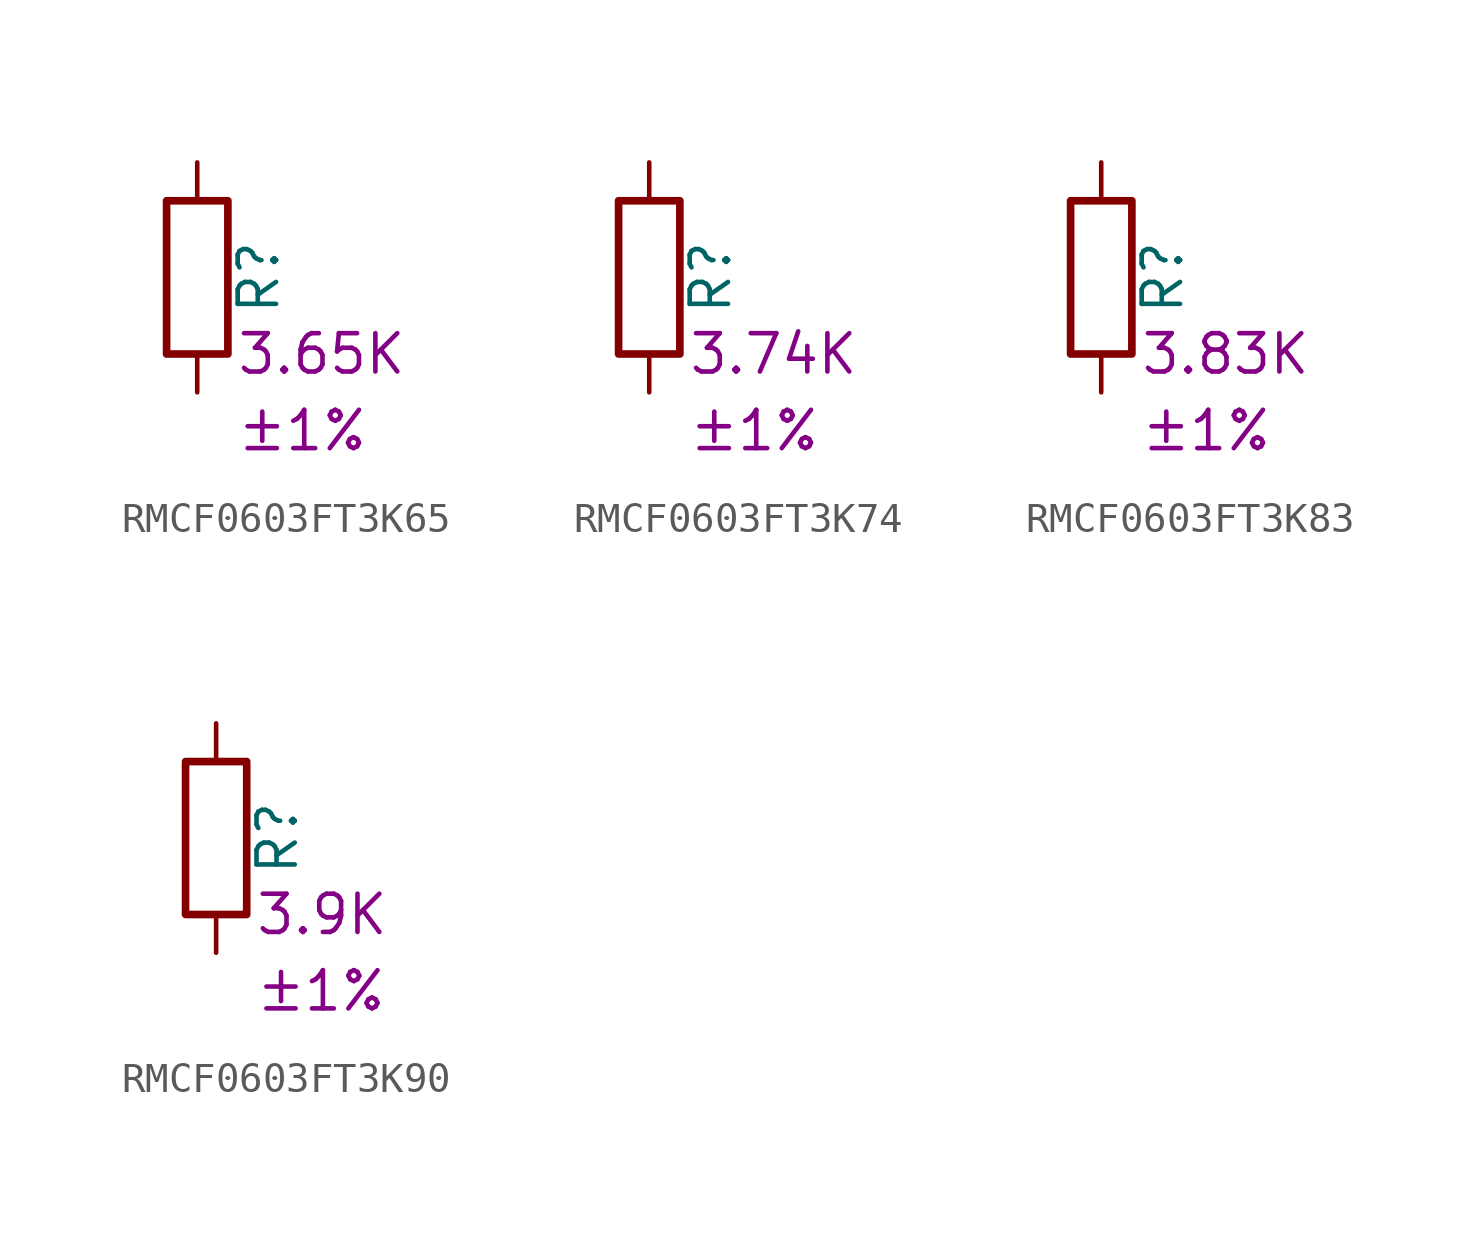
<source format=kicad_sym>
(kicad_symbol_lib
  (version 20220914)
  (generator kicad_symbol_editor)
  (symbol "RMCF0603FT3K65"
    (pin_numbers hide)
    (pin_names
      (offset 0))
    (property "Reference" "R"
      (at 2.032 0 90)
      (effects (font (size 1.27 1.27))))
    (property "Resistance" "3.65K"
      (at 1.27 -2.54 0)
      (effects (font (size 1.27 1.27)) (justify left)))
    (property "Tolerance" "±1%"
      (at 1.27 -5.08 0)
      (effects (font (size 1.27 1.27)) (justify left)))
    (symbol "RMCF0603FT3K65_0_1"
      (rectangle (start -1.016 -2.54) (end 1.016 2.54) (stroke (width 0.254) (type default)) (fill (type none))))
    (symbol "RMCF0603FT3K65_1_1"
      (pin passive line (at 0 3.81 270) (length 1.27) (name "~" (effects (font (size 1.27 1.27)))) (number "1" (effects (font (size 1.27 1.27)))))
      (pin passive line (at 0 -3.81 90) (length 1.27) (name "~" (effects (font (size 1.27 1.27)))) (number "2" (effects (font (size 1.27 1.27)))))))
  (symbol "RMCF0603FT3K74"
    (pin_numbers hide)
    (pin_names
      (offset 0))
    (property "Reference" "R"
      (at 2.032 0 90)
      (effects (font (size 1.27 1.27))))
    (property "Resistance" "3.74K"
      (at 1.27 -2.54 0)
      (effects (font (size 1.27 1.27)) (justify left)))
    (property "Tolerance" "±1%"
      (at 1.27 -5.08 0)
      (effects (font (size 1.27 1.27)) (justify left)))
    (symbol "RMCF0603FT3K74_0_1"
      (rectangle (start -1.016 -2.54) (end 1.016 2.54) (stroke (width 0.254) (type default)) (fill (type none))))
    (symbol "RMCF0603FT3K74_1_1"
      (pin passive line (at 0 3.81 270) (length 1.27) (name "~" (effects (font (size 1.27 1.27)))) (number "1" (effects (font (size 1.27 1.27)))))
      (pin passive line (at 0 -3.81 90) (length 1.27) (name "~" (effects (font (size 1.27 1.27)))) (number "2" (effects (font (size 1.27 1.27)))))))
  (symbol "RMCF0603FT3K83"
    (pin_numbers hide)
    (pin_names
      (offset 0))
    (property "Reference" "R"
      (at 2.032 0 90)
      (effects (font (size 1.27 1.27))))
    (property "Resistance" "3.83K"
      (at 1.27 -2.54 0)
      (effects (font (size 1.27 1.27)) (justify left)))
    (property "Tolerance" "±1%"
      (at 1.27 -5.08 0)
      (effects (font (size 1.27 1.27)) (justify left)))
    (symbol "RMCF0603FT3K83_0_1"
      (rectangle (start -1.016 -2.54) (end 1.016 2.54) (stroke (width 0.254) (type default)) (fill (type none))))
    (symbol "RMCF0603FT3K83_1_1"
      (pin passive line (at 0 3.81 270) (length 1.27) (name "~" (effects (font (size 1.27 1.27)))) (number "1" (effects (font (size 1.27 1.27)))))
      (pin passive line (at 0 -3.81 90) (length 1.27) (name "~" (effects (font (size 1.27 1.27)))) (number "2" (effects (font (size 1.27 1.27)))))))
  (symbol "RMCF0603FT3K90"
    (pin_numbers hide)
    (pin_names
      (offset 0))
    (property "Reference" "R"
      (at 2.032 0 90)
      (effects (font (size 1.27 1.27))))
    (property "Resistance" "3.9K"
      (at 1.27 -2.54 0)
      (effects (font (size 1.27 1.27)) (justify left)))
    (property "Tolerance" "±1%"
      (at 1.27 -5.08 0)
      (effects (font (size 1.27 1.27)) (justify left)))
    (symbol "RMCF0603FT3K90_0_1"
      (rectangle (start -1.016 -2.54) (end 1.016 2.54) (stroke (width 0.254) (type default)) (fill (type none))))
    (symbol "RMCF0603FT3K90_1_1"
      (pin passive line (at 0 3.81 270) (length 1.27) (name "~" (effects (font (size 1.27 1.27)))) (number "1" (effects (font (size 1.27 1.27)))))
      (pin passive line (at 0 -3.81 90) (length 1.27) (name "~" (effects (font (size 1.27 1.27)))) (number "2" (effects (font (size 1.27 1.27))))))))
</source>
